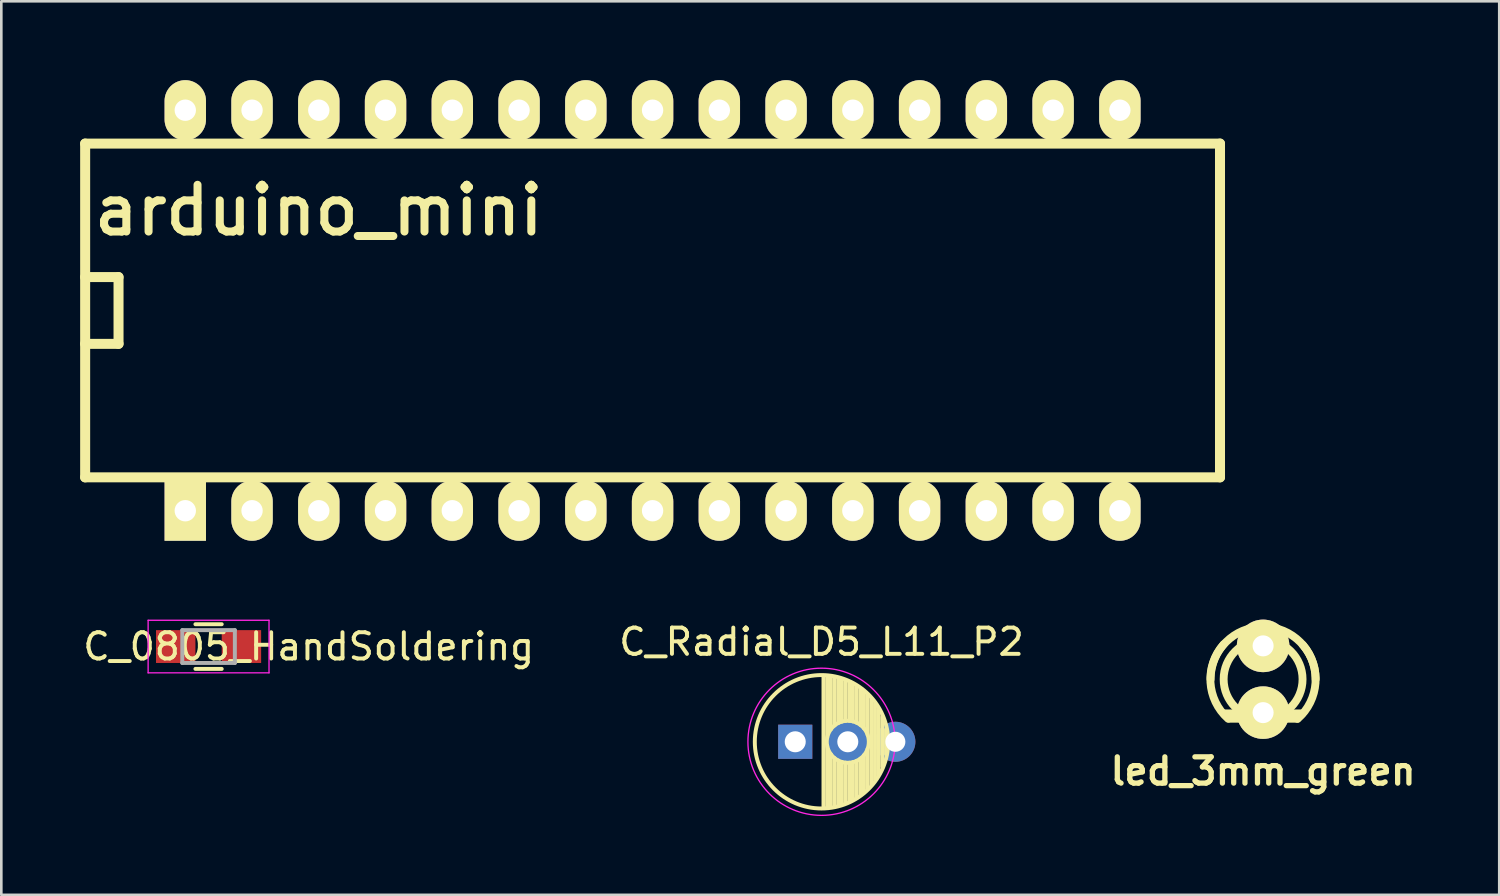
<source format=kicad_pcb>
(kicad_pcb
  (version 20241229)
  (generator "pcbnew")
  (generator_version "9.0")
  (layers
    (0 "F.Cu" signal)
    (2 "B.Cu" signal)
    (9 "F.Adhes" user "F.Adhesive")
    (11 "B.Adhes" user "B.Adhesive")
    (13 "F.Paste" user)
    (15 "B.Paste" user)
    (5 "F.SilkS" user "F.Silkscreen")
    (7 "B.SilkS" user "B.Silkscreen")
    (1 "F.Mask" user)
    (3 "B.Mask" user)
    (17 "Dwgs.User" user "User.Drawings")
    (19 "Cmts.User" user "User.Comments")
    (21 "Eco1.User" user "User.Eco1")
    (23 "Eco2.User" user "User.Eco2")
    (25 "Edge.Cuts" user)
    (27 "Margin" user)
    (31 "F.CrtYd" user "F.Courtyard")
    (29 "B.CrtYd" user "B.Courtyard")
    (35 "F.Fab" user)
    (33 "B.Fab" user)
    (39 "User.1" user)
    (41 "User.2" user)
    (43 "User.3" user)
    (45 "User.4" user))
  (footprint "C_Radial_D5_L11_P2"
    (layer "F.Cu")
    (at 27.208 25.174)
    (property "Reference" "C_Radial_D5_L11_P2" (at 1 -3.8 0) (layer "F.SilkS") (effects (font (size 1 1) (thickness 0.15))))
    (attr through_hole)
    (fp_line (start 1.075 -2.499) (end 1.075 2.499) (stroke (width 0.15) (type solid)) (layer "F.SilkS"))
    (fp_line (start 1.215 -2.491) (end 1.215 -0.154) (stroke (width 0.15) (type solid)) (layer "F.SilkS"))
    (fp_line (start 1.215 0.154) (end 1.215 2.491) (stroke (width 0.15) (type solid)) (layer "F.SilkS"))
    (fp_line (start 1.355 -2.475) (end 1.355 -0.473) (stroke (width 0.15) (type solid)) (layer "F.SilkS"))
    (fp_line (start 1.355 0.473) (end 1.355 2.475) (stroke (width 0.15) (type solid)) (layer "F.SilkS"))
    (fp_line (start 1.495 -2.451) (end 1.495 -0.62) (stroke (width 0.15) (type solid)) (layer "F.SilkS"))
    (fp_line (start 1.495 0.62) (end 1.495 2.451) (stroke (width 0.15) (type solid)) (layer "F.SilkS"))
    (fp_line (start 1.635 -2.418) (end 1.635 -0.712) (stroke (width 0.15) (type solid)) (layer "F.SilkS"))
    (fp_line (start 1.635 0.712) (end 1.635 2.418) (stroke (width 0.15) (type solid)) (layer "F.SilkS"))
    (fp_line (start 1.775 -2.377) (end 1.775 -0.768) (stroke (width 0.15) (type solid)) (layer "F.SilkS"))
    (fp_line (start 1.775 0.768) (end 1.775 2.377) (stroke (width 0.15) (type solid)) (layer "F.SilkS"))
    (fp_line (start 1.915 -2.327) (end 1.915 -0.795) (stroke (width 0.15) (type solid)) (layer "F.SilkS"))
    (fp_line (start 1.915 0.795) (end 1.915 2.327) (stroke (width 0.15) (type solid)) (layer "F.SilkS"))
    (fp_line (start 2.055 -2.266) (end 2.055 -0.798) (stroke (width 0.15) (type solid)) (layer "F.SilkS"))
    (fp_line (start 2.055 0.798) (end 2.055 2.266) (stroke (width 0.15) (type solid)) (layer "F.SilkS"))
    (fp_line (start 2.195 -2.196) (end 2.195 -0.776) (stroke (width 0.15) (type solid)) (layer "F.SilkS"))
    (fp_line (start 2.195 0.776) (end 2.195 2.196) (stroke (width 0.15) (type solid)) (layer "F.SilkS"))
    (fp_line (start 2.335 -2.114) (end 2.335 -0.726) (stroke (width 0.15) (type solid)) (layer "F.SilkS"))
    (fp_line (start 2.335 0.726) (end 2.335 2.114) (stroke (width 0.15) (type solid)) (layer "F.SilkS"))
    (fp_line (start 2.475 -2.019) (end 2.475 -0.644) (stroke (width 0.15) (type solid)) (layer "F.SilkS"))
    (fp_line (start 2.475 0.644) (end 2.475 2.019) (stroke (width 0.15) (type solid)) (layer "F.SilkS"))
    (fp_line (start 2.615 -1.908) (end 2.615 -0.512) (stroke (width 0.15) (type solid)) (layer "F.SilkS"))
    (fp_line (start 2.615 0.512) (end 2.615 1.908) (stroke (width 0.15) (type solid)) (layer "F.SilkS"))
    (fp_line (start 2.755 -1.78) (end 2.755 -0.265) (stroke (width 0.15) (type solid)) (layer "F.SilkS"))
    (fp_line (start 2.755 0.265) (end 2.755 1.78) (stroke (width 0.15) (type solid)) (layer "F.SilkS"))
    (fp_line (start 2.895 -1.631) (end 2.895 1.631) (stroke (width 0.15) (type solid)) (layer "F.SilkS"))
    (fp_line (start 3.035 -1.452) (end 3.035 1.452) (stroke (width 0.15) (type solid)) (layer "F.SilkS"))
    (fp_line (start 3.175 -1.233) (end 3.175 1.233) (stroke (width 0.15) (type solid)) (layer "F.SilkS"))
    (fp_line (start 3.315 -0.944) (end 3.315 0.944) (stroke (width 0.15) (type solid)) (layer "F.SilkS"))
    (fp_line (start 3.455 -0.472) (end 3.455 0.472) (stroke (width 0.15) (type solid)) (layer "F.SilkS"))
    (fp_circle (center 1 0) (end 1 -2.538) (stroke (width 0.15) (type solid)) (fill no) (layer "F.SilkS"))
    (fp_circle (center 2 0) (end 2 -0.8) (stroke (width 0.15) (type solid)) (fill no) (layer "F.SilkS"))
    (fp_circle (center 1 0) (end 1 -2.8) (stroke (width 0.05) (type solid)) (fill no) (layer "F.CrtYd"))
    (pad "1" thru_hole rect (at 0 0) (size 1.3 1.3) (drill 0.8) (layers "*.Cu" "*.Mask"))
    (pad "2" thru_hole circle (at 2 0) (size 1.524 1.524) (drill 0.8) (layers "*.Cu" "*.Mask"))
    (pad "2" thru_hole circle (at 3.81 0) (size 1.524 1.524) (drill 0.762) (layers "*.Cu" "*.Mask")))
  (footprint "led_3mm_green"
    (layer "F.Cu")
    (at 45.01 22.795)
    (property "Reference" "led_3mm_green" (at 0 3.5 0) (layer "F.SilkS") (effects (font (size 1 1) (thickness 0.2))))
    (attr through_hole)
    (fp_line (start -1.501 1.3) (end 1.501 1.3) (stroke (width 0.3) (type solid)) (layer "F.SilkS"))
    (fp_line (start -1.3 1.501) (end 1.3 1.501) (stroke (width 0.3) (type solid)) (layer "F.SilkS"))
    (fp_arc (start -1.99898 0) (mid -1.413492 -1.413492) (end 0 -1.99898) (stroke (width 0.29972) (type solid)) (layer "F.SilkS"))
    (fp_arc (start -1.33096 1.50114) (mid -2.002597 0.120335) (end -1.50114 -1.33096) (stroke (width 0.29972) (type solid)) (layer "F.SilkS"))
    (fp_arc (start 0 -1.99898) (mid 1.413492 -1.413492) (end 1.99898 0) (stroke (width 0.29972) (type solid)) (layer "F.SilkS"))
    (fp_arc (start 1.50876 -1.31064) (mid 1.993617 0.140092) (end 1.31064 1.50876) (stroke (width 0.29972) (type solid)) (layer "F.SilkS"))
    (fp_circle (center 0 0) (end -1.501 0) (stroke (width 0.3) (type solid)) (fill no) (layer "F.SilkS"))
    (pad "1" thru_hole circle (at 0 -1.27) (size 1.999 1.999) (drill 0.8) (layers "*.Cu" "*.Mask" "F.SilkS"))
    (pad "2" thru_hole circle (at 0 1.27) (size 1.999 1.999) (drill 0.8) (layers "*.Cu" "*.Mask" "F.SilkS")))
  (footprint "C_0805_HandSoldering"
    (layer "F.Cu")
    (at 4.886 21.551)
    (property "Reference" "C_0805_HandSoldering" (at 3.81 0 0) (layer "F.SilkS") (effects (font (size 1 1) (thickness 0.15))))
    (attr smd)
    (fp_line (start -0.5 0.85) (end 0.5 0.85) (stroke (width 0.15) (type solid)) (layer "F.SilkS"))
    (fp_line (start 0.5 -0.85) (end -0.5 -0.85) (stroke (width 0.15) (type solid)) (layer "F.SilkS"))
    (fp_line (start -2.3 -1) (end -2.3 1) (stroke (width 0.05) (type solid)) (layer "F.CrtYd"))
    (fp_line (start -2.3 -1) (end 2.3 -1) (stroke (width 0.05) (type solid)) (layer "F.CrtYd"))
    (fp_line (start -2.3 1) (end 2.3 1) (stroke (width 0.05) (type solid)) (layer "F.CrtYd"))
    (fp_line (start 2.3 -1) (end 2.3 1) (stroke (width 0.05) (type solid)) (layer "F.CrtYd"))
    (fp_line (start -1 -0.625) (end 1 -0.625) (stroke (width 0.15) (type solid)) (layer "F.Fab"))
    (fp_line (start -1 0.625) (end -1 -0.625) (stroke (width 0.15) (type solid)) (layer "F.Fab"))
    (fp_line (start 1 -0.625) (end 1 0.625) (stroke (width 0.15) (type solid)) (layer "F.Fab"))
    (fp_line (start 1 0.625) (end -1 0.625) (stroke (width 0.15) (type solid)) (layer "F.Fab"))
    (pad "1" smd rect (at -1.25 0) (size 1.5 1.25) (layers "F.Cu" "F.Mask" "F.Paste"))
    (pad "2" smd rect (at 1.25 0) (size 1.5 1.25) (layers "F.Cu" "F.Mask" "F.Paste")))
  (footprint "arduino_mini"
    (layer "F.Cu")
    (at 23.05 8.763)
    (property "Reference" "arduino_mini" (at -13.97 -3.81 0) (layer "F.SilkS") (effects (font (size 1.778 1.778) (thickness 0.305))))
    (attr through_hole)
    (fp_line (start -22.86 -6.35) (end 20.32 -6.35) (stroke (width 0.381) (type solid)) (layer "F.SilkS"))
    (fp_line (start -22.86 1.27) (end -21.59 1.27) (stroke (width 0.381) (type solid)) (layer "F.SilkS"))
    (fp_line (start -22.86 6.35) (end -22.86 -6.35) (stroke (width 0.381) (type solid)) (layer "F.SilkS"))
    (fp_line (start -21.59 -1.27) (end -22.86 -1.27) (stroke (width 0.381) (type solid)) (layer "F.SilkS"))
    (fp_line (start -21.59 1.27) (end -21.59 -1.27) (stroke (width 0.381) (type solid)) (layer "F.SilkS"))
    (fp_line (start 20.32 -6.35) (end 20.32 6.35) (stroke (width 0.381) (type solid)) (layer "F.SilkS"))
    (fp_line (start 20.32 6.35) (end -22.86 6.35) (stroke (width 0.381) (type solid)) (layer "F.SilkS"))
    (pad "1" thru_hole rect (at -19.05 7.62) (size 1.575 2.286) (drill 0.813) (layers "*.Cu" "*.Mask" "F.SilkS"))
    (pad "2" thru_hole oval (at -16.51 7.62) (size 1.575 2.286) (drill 0.813) (layers "*.Cu" "*.Mask" "F.SilkS"))
    (pad "3" thru_hole oval (at -13.97 7.62) (size 1.575 2.286) (drill 0.813) (layers "*.Cu" "*.Mask" "F.SilkS"))
    (pad "4" thru_hole oval (at -11.43 7.62) (size 1.575 2.286) (drill 0.813) (layers "*.Cu" "*.Mask" "F.SilkS"))
    (pad "5" thru_hole oval (at -8.89 7.62) (size 1.575 2.286) (drill 0.813) (layers "*.Cu" "*.Mask" "F.SilkS"))
    (pad "6" thru_hole oval (at -6.35 7.62) (size 1.575 2.286) (drill 0.813) (layers "*.Cu" "*.Mask" "F.SilkS"))
    (pad "7" thru_hole oval (at -3.81 7.62) (size 1.575 2.286) (drill 0.813) (layers "*.Cu" "*.Mask" "F.SilkS"))
    (pad "8" thru_hole oval (at -1.27 7.62) (size 1.575 2.286) (drill 0.813) (layers "*.Cu" "*.Mask" "F.SilkS"))
    (pad "9" thru_hole oval (at 1.27 7.62) (size 1.575 2.286) (drill 0.813) (layers "*.Cu" "*.Mask" "F.SilkS"))
    (pad "10" thru_hole oval (at 3.81 7.62) (size 1.575 2.286) (drill 0.813) (layers "*.Cu" "*.Mask" "F.SilkS"))
    (pad "11" thru_hole oval (at 6.35 7.62) (size 1.575 2.286) (drill 0.813) (layers "*.Cu" "*.Mask" "F.SilkS"))
    (pad "12" thru_hole oval (at 8.89 7.62) (size 1.575 2.286) (drill 0.813) (layers "*.Cu" "*.Mask" "F.SilkS"))
    (pad "13" thru_hole oval (at 11.43 7.62) (size 1.575 2.286) (drill 0.813) (layers "*.Cu" "*.Mask" "F.SilkS"))
    (pad "14" thru_hole oval (at 13.97 7.62) (size 1.575 2.286) (drill 0.813) (layers "*.Cu" "*.Mask" "F.SilkS"))
    (pad "15" thru_hole oval (at 16.51 7.62) (size 1.575 2.286) (drill 0.813) (layers "*.Cu" "*.Mask" "F.SilkS"))
    (pad "16" thru_hole oval (at 16.51 -7.62) (size 1.575 2.286) (drill 0.813) (layers "*.Cu" "*.Mask" "F.SilkS"))
    (pad "17" thru_hole oval (at 13.97 -7.62) (size 1.575 2.286) (drill 0.813) (layers "*.Cu" "*.Mask" "F.SilkS"))
    (pad "18" thru_hole oval (at 11.43 -7.62) (size 1.575 2.286) (drill 0.813) (layers "*.Cu" "*.Mask" "F.SilkS"))
    (pad "19" thru_hole oval (at 8.89 -7.62) (size 1.575 2.286) (drill 0.813) (layers "*.Cu" "*.Mask" "F.SilkS"))
    (pad "20" thru_hole oval (at 6.35 -7.62) (size 1.575 2.286) (drill 0.813) (layers "*.Cu" "*.Mask" "F.SilkS"))
    (pad "21" thru_hole oval (at 3.81 -7.62) (size 1.575 2.286) (drill 0.813) (layers "*.Cu" "*.Mask" "F.SilkS"))
    (pad "22" thru_hole oval (at 1.27 -7.62) (size 1.575 2.286) (drill 0.813) (layers "*.Cu" "*.Mask" "F.SilkS"))
    (pad "23" thru_hole oval (at -1.27 -7.62) (size 1.575 2.286) (drill 0.813) (layers "*.Cu" "*.Mask" "F.SilkS"))
    (pad "24" thru_hole oval (at -3.81 -7.62) (size 1.575 2.286) (drill 0.813) (layers "*.Cu" "*.Mask" "F.SilkS"))
    (pad "25" thru_hole oval (at -6.35 -7.62) (size 1.575 2.286) (drill 0.813) (layers "*.Cu" "*.Mask" "F.SilkS"))
    (pad "26" thru_hole oval (at -8.89 -7.62) (size 1.575 2.286) (drill 0.813) (layers "*.Cu" "*.Mask" "F.SilkS"))
    (pad "27" thru_hole oval (at -11.43 -7.62) (size 1.575 2.286) (drill 0.813) (layers "*.Cu" "*.Mask" "F.SilkS"))
    (pad "28" thru_hole oval (at -13.97 -7.62) (size 1.575 2.286) (drill 0.813) (layers "*.Cu" "*.Mask" "F.SilkS"))
    (pad "29" thru_hole oval (at -16.51 -7.62) (size 1.575 2.286) (drill 0.813) (layers "*.Cu" "*.Mask" "F.SilkS"))
    (pad "30" thru_hole oval (at -19.05 -7.62) (size 1.575 2.286) (drill 0.813) (layers "*.Cu" "*.Mask" "F.SilkS")))
  (gr_rect
    (start -3 -3)
    (end 53.995 30.999)
    (stroke (width 0.1) (type default))
    (fill no)
    (layer "Edge.Cuts")))
</source>
